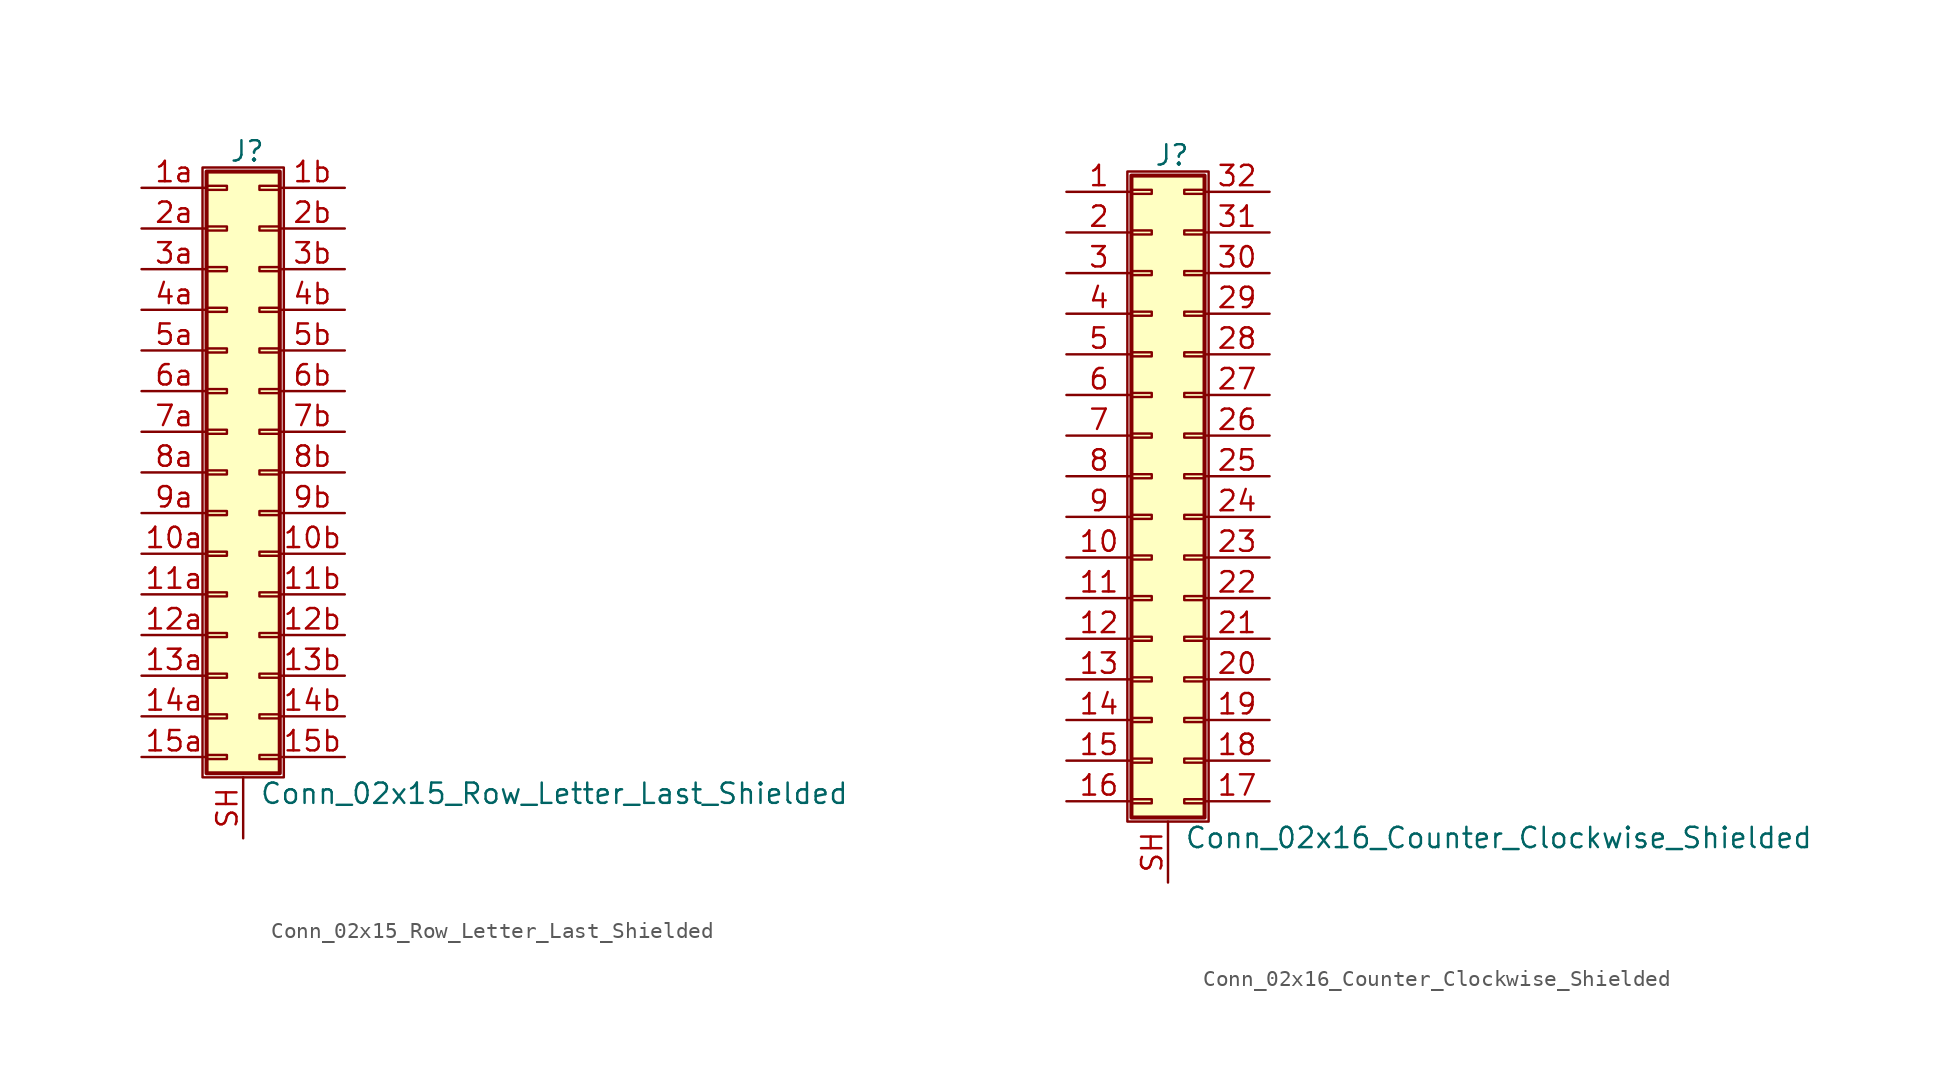
<source format=kicad_sym>
(kicad_symbol_lib
  (version 20201005)
  (generator kicad_symbol_editor)
  (symbol "Conn_02x15_Row_Letter_Last_Shielded"
    (pin_names
      (offset 1.016) hide)
    (property "Reference" "J"
      (at 1.524 20.066 0)
      (effects (font (size 1.27 1.27))))
    (property "Value" "Conn_02x15_Row_Letter_Last_Shielded"
      (at 2.286 -20.066 0)
      (effects (font (size 1.27 1.27)) (justify left)))
    (symbol "Conn_02x15_Row_Letter_Last_Shielded_1_1"
      (rectangle (start -1.27 19.05) (end 3.81 -19.05) (stroke (width 0.152)) (fill (type none)))
      (rectangle (start -1.016 -17.653) (end 0.254 -17.907) (stroke (width 0.152)) (fill (type none)))
      (rectangle (start -1.016 -15.113) (end 0.254 -15.367) (stroke (width 0.152)) (fill (type none)))
      (rectangle (start -1.016 -12.573) (end 0.254 -12.827) (stroke (width 0.152)) (fill (type none)))
      (rectangle (start -1.016 -10.033) (end 0.254 -10.287) (stroke (width 0.152)) (fill (type none)))
      (rectangle (start -1.016 -7.493) (end 0.254 -7.747) (stroke (width 0.152)) (fill (type none)))
      (rectangle (start -1.016 -4.953) (end 0.254 -5.207) (stroke (width 0.152)) (fill (type none)))
      (rectangle (start -1.016 -2.413) (end 0.254 -2.667) (stroke (width 0.152)) (fill (type none)))
      (rectangle (start -1.016 0.127) (end 0.254 -0.127) (stroke (width 0.152)) (fill (type none)))
      (rectangle (start -1.016 2.667) (end 0.254 2.413) (stroke (width 0.152)) (fill (type none)))
      (rectangle (start -1.016 5.207) (end 0.254 4.953) (stroke (width 0.152)) (fill (type none)))
      (rectangle (start -1.016 7.747) (end 0.254 7.493) (stroke (width 0.152)) (fill (type none)))
      (rectangle (start -1.016 10.287) (end 0.254 10.033) (stroke (width 0.152)) (fill (type none)))
      (rectangle (start -1.016 12.827) (end 0.254 12.573) (stroke (width 0.152)) (fill (type none)))
      (rectangle (start -1.016 15.367) (end 0.254 15.113) (stroke (width 0.152)) (fill (type none)))
      (rectangle (start -1.016 17.907) (end 0.254 17.653) (stroke (width 0.152)) (fill (type none)))
      (rectangle (start -1.016 18.796) (end 3.556 -18.796) (stroke (width 0.254)) (fill (type background)))
      (rectangle (start 3.556 -17.653) (end 2.286 -17.907) (stroke (width 0.152)) (fill (type none)))
      (rectangle (start 3.556 -15.113) (end 2.286 -15.367) (stroke (width 0.152)) (fill (type none)))
      (rectangle (start 3.556 -12.573) (end 2.286 -12.827) (stroke (width 0.152)) (fill (type none)))
      (rectangle (start 3.556 -10.033) (end 2.286 -10.287) (stroke (width 0.152)) (fill (type none)))
      (rectangle (start 3.556 -7.493) (end 2.286 -7.747) (stroke (width 0.152)) (fill (type none)))
      (rectangle (start 3.556 -4.953) (end 2.286 -5.207) (stroke (width 0.152)) (fill (type none)))
      (rectangle (start 3.556 -2.413) (end 2.286 -2.667) (stroke (width 0.152)) (fill (type none)))
      (rectangle (start 3.556 0.127) (end 2.286 -0.127) (stroke (width 0.152)) (fill (type none)))
      (rectangle (start 3.556 2.667) (end 2.286 2.413) (stroke (width 0.152)) (fill (type none)))
      (rectangle (start 3.556 5.207) (end 2.286 4.953) (stroke (width 0.152)) (fill (type none)))
      (rectangle (start 3.556 7.747) (end 2.286 7.493) (stroke (width 0.152)) (fill (type none)))
      (rectangle (start 3.556 10.287) (end 2.286 10.033) (stroke (width 0.152)) (fill (type none)))
      (rectangle (start 3.556 12.827) (end 2.286 12.573) (stroke (width 0.152)) (fill (type none)))
      (rectangle (start 3.556 15.367) (end 2.286 15.113) (stroke (width 0.152)) (fill (type none)))
      (rectangle (start 3.556 17.907) (end 2.286 17.653) (stroke (width 0.152)) (fill (type none)))
      (pin passive line (at -5.08 -5.08 0) (length 4.064) (name "Pin_10a" (effects (font (size 1.27 1.27)))) (number "10a" (effects (font (size 1.27 1.27)))))
      (pin passive line (at 7.62 -5.08 180) (length 4.064) (name "Pin_10b" (effects (font (size 1.27 1.27)))) (number "10b" (effects (font (size 1.27 1.27)))))
      (pin passive line (at -5.08 -7.62 0) (length 4.064) (name "Pin_11a" (effects (font (size 1.27 1.27)))) (number "11a" (effects (font (size 1.27 1.27)))))
      (pin passive line (at 7.62 -7.62 180) (length 4.064) (name "Pin_11b" (effects (font (size 1.27 1.27)))) (number "11b" (effects (font (size 1.27 1.27)))))
      (pin passive line (at -5.08 -10.16 0) (length 4.064) (name "Pin_12a" (effects (font (size 1.27 1.27)))) (number "12a" (effects (font (size 1.27 1.27)))))
      (pin passive line (at 7.62 -10.16 180) (length 4.064) (name "Pin_12b" (effects (font (size 1.27 1.27)))) (number "12b" (effects (font (size 1.27 1.27)))))
      (pin passive line (at -5.08 -12.7 0) (length 4.064) (name "Pin_13a" (effects (font (size 1.27 1.27)))) (number "13a" (effects (font (size 1.27 1.27)))))
      (pin passive line (at 7.62 -12.7 180) (length 4.064) (name "Pin_13b" (effects (font (size 1.27 1.27)))) (number "13b" (effects (font (size 1.27 1.27)))))
      (pin passive line (at -5.08 -15.24 0) (length 4.064) (name "Pin_14a" (effects (font (size 1.27 1.27)))) (number "14a" (effects (font (size 1.27 1.27)))))
      (pin passive line (at 7.62 -15.24 180) (length 4.064) (name "Pin_14b" (effects (font (size 1.27 1.27)))) (number "14b" (effects (font (size 1.27 1.27)))))
      (pin passive line (at -5.08 -17.78 0) (length 4.064) (name "Pin_15a" (effects (font (size 1.27 1.27)))) (number "15a" (effects (font (size 1.27 1.27)))))
      (pin passive line (at 7.62 -17.78 180) (length 4.064) (name "Pin_15b" (effects (font (size 1.27 1.27)))) (number "15b" (effects (font (size 1.27 1.27)))))
      (pin passive line (at -5.08 17.78 0) (length 4.064) (name "Pin_1a" (effects (font (size 1.27 1.27)))) (number "1a" (effects (font (size 1.27 1.27)))))
      (pin passive line (at 7.62 17.78 180) (length 4.064) (name "Pin_1b" (effects (font (size 1.27 1.27)))) (number "1b" (effects (font (size 1.27 1.27)))))
      (pin passive line (at -5.08 15.24 0) (length 4.064) (name "Pin_2a" (effects (font (size 1.27 1.27)))) (number "2a" (effects (font (size 1.27 1.27)))))
      (pin passive line (at 7.62 15.24 180) (length 4.064) (name "Pin_2b" (effects (font (size 1.27 1.27)))) (number "2b" (effects (font (size 1.27 1.27)))))
      (pin passive line (at -5.08 12.7 0) (length 4.064) (name "Pin_3a" (effects (font (size 1.27 1.27)))) (number "3a" (effects (font (size 1.27 1.27)))))
      (pin passive line (at 7.62 12.7 180) (length 4.064) (name "Pin_3b" (effects (font (size 1.27 1.27)))) (number "3b" (effects (font (size 1.27 1.27)))))
      (pin passive line (at -5.08 10.16 0) (length 4.064) (name "Pin_4a" (effects (font (size 1.27 1.27)))) (number "4a" (effects (font (size 1.27 1.27)))))
      (pin passive line (at 7.62 10.16 180) (length 4.064) (name "Pin_4b" (effects (font (size 1.27 1.27)))) (number "4b" (effects (font (size 1.27 1.27)))))
      (pin passive line (at -5.08 7.62 0) (length 4.064) (name "Pin_5a" (effects (font (size 1.27 1.27)))) (number "5a" (effects (font (size 1.27 1.27)))))
      (pin passive line (at 7.62 7.62 180) (length 4.064) (name "Pin_5b" (effects (font (size 1.27 1.27)))) (number "5b" (effects (font (size 1.27 1.27)))))
      (pin passive line (at -5.08 5.08 0) (length 4.064) (name "Pin_6a" (effects (font (size 1.27 1.27)))) (number "6a" (effects (font (size 1.27 1.27)))))
      (pin passive line (at 7.62 5.08 180) (length 4.064) (name "Pin_6b" (effects (font (size 1.27 1.27)))) (number "6b" (effects (font (size 1.27 1.27)))))
      (pin passive line (at -5.08 2.54 0) (length 4.064) (name "Pin_7a" (effects (font (size 1.27 1.27)))) (number "7a" (effects (font (size 1.27 1.27)))))
      (pin passive line (at 7.62 2.54 180) (length 4.064) (name "Pin_7b" (effects (font (size 1.27 1.27)))) (number "7b" (effects (font (size 1.27 1.27)))))
      (pin passive line (at -5.08 0 0) (length 4.064) (name "Pin_8a" (effects (font (size 1.27 1.27)))) (number "8a" (effects (font (size 1.27 1.27)))))
      (pin passive line (at 7.62 0 180) (length 4.064) (name "Pin_8b" (effects (font (size 1.27 1.27)))) (number "8b" (effects (font (size 1.27 1.27)))))
      (pin passive line (at -5.08 -2.54 0) (length 4.064) (name "Pin_9a" (effects (font (size 1.27 1.27)))) (number "9a" (effects (font (size 1.27 1.27)))))
      (pin passive line (at 7.62 -2.54 180) (length 4.064) (name "Pin_9b" (effects (font (size 1.27 1.27)))) (number "9b" (effects (font (size 1.27 1.27)))))
      (pin passive line (at 1.27 -22.86 90) (length 3.81) (name "Shield" (effects (font (size 1.27 1.27)))) (number "SH" (effects (font (size 1.27 1.27)))))))
  (symbol "Conn_02x16_Counter_Clockwise_Shielded"
    (pin_names
      (offset 1.016) hide)
    (property "Reference" "J"
      (at 1.524 20.066 0)
      (effects (font (size 1.27 1.27))))
    (property "Value" "Conn_02x16_Counter_Clockwise_Shielded"
      (at 2.286 -22.606 0)
      (effects (font (size 1.27 1.27)) (justify left)))
    (symbol "Conn_02x16_Counter_Clockwise_Shielded_1_1"
      (rectangle (start -1.27 19.05) (end 3.81 -21.59) (stroke (width 0.152)) (fill (type none)))
      (rectangle (start -1.016 -20.193) (end 0.254 -20.447) (stroke (width 0.152)) (fill (type none)))
      (rectangle (start -1.016 -17.653) (end 0.254 -17.907) (stroke (width 0.152)) (fill (type none)))
      (rectangle (start -1.016 -15.113) (end 0.254 -15.367) (stroke (width 0.152)) (fill (type none)))
      (rectangle (start -1.016 -12.573) (end 0.254 -12.827) (stroke (width 0.152)) (fill (type none)))
      (rectangle (start -1.016 -10.033) (end 0.254 -10.287) (stroke (width 0.152)) (fill (type none)))
      (rectangle (start -1.016 -7.493) (end 0.254 -7.747) (stroke (width 0.152)) (fill (type none)))
      (rectangle (start -1.016 -4.953) (end 0.254 -5.207) (stroke (width 0.152)) (fill (type none)))
      (rectangle (start -1.016 -2.413) (end 0.254 -2.667) (stroke (width 0.152)) (fill (type none)))
      (rectangle (start -1.016 0.127) (end 0.254 -0.127) (stroke (width 0.152)) (fill (type none)))
      (rectangle (start -1.016 2.667) (end 0.254 2.413) (stroke (width 0.152)) (fill (type none)))
      (rectangle (start -1.016 5.207) (end 0.254 4.953) (stroke (width 0.152)) (fill (type none)))
      (rectangle (start -1.016 7.747) (end 0.254 7.493) (stroke (width 0.152)) (fill (type none)))
      (rectangle (start -1.016 10.287) (end 0.254 10.033) (stroke (width 0.152)) (fill (type none)))
      (rectangle (start -1.016 12.827) (end 0.254 12.573) (stroke (width 0.152)) (fill (type none)))
      (rectangle (start -1.016 15.367) (end 0.254 15.113) (stroke (width 0.152)) (fill (type none)))
      (rectangle (start -1.016 17.907) (end 0.254 17.653) (stroke (width 0.152)) (fill (type none)))
      (rectangle (start -1.016 18.796) (end 3.556 -21.336) (stroke (width 0.254)) (fill (type background)))
      (rectangle (start 3.556 -20.193) (end 2.286 -20.447) (stroke (width 0.152)) (fill (type none)))
      (rectangle (start 3.556 -17.653) (end 2.286 -17.907) (stroke (width 0.152)) (fill (type none)))
      (rectangle (start 3.556 -15.113) (end 2.286 -15.367) (stroke (width 0.152)) (fill (type none)))
      (rectangle (start 3.556 -12.573) (end 2.286 -12.827) (stroke (width 0.152)) (fill (type none)))
      (rectangle (start 3.556 -10.033) (end 2.286 -10.287) (stroke (width 0.152)) (fill (type none)))
      (rectangle (start 3.556 -7.493) (end 2.286 -7.747) (stroke (width 0.152)) (fill (type none)))
      (rectangle (start 3.556 -4.953) (end 2.286 -5.207) (stroke (width 0.152)) (fill (type none)))
      (rectangle (start 3.556 -2.413) (end 2.286 -2.667) (stroke (width 0.152)) (fill (type none)))
      (rectangle (start 3.556 0.127) (end 2.286 -0.127) (stroke (width 0.152)) (fill (type none)))
      (rectangle (start 3.556 2.667) (end 2.286 2.413) (stroke (width 0.152)) (fill (type none)))
      (rectangle (start 3.556 5.207) (end 2.286 4.953) (stroke (width 0.152)) (fill (type none)))
      (rectangle (start 3.556 7.747) (end 2.286 7.493) (stroke (width 0.152)) (fill (type none)))
      (rectangle (start 3.556 10.287) (end 2.286 10.033) (stroke (width 0.152)) (fill (type none)))
      (rectangle (start 3.556 12.827) (end 2.286 12.573) (stroke (width 0.152)) (fill (type none)))
      (rectangle (start 3.556 15.367) (end 2.286 15.113) (stroke (width 0.152)) (fill (type none)))
      (rectangle (start 3.556 17.907) (end 2.286 17.653) (stroke (width 0.152)) (fill (type none)))
      (pin passive line (at -5.08 17.78 0) (length 4.064) (name "Pin_1" (effects (font (size 1.27 1.27)))) (number "1" (effects (font (size 1.27 1.27)))))
      (pin passive line (at -5.08 -5.08 0) (length 4.064) (name "Pin_10" (effects (font (size 1.27 1.27)))) (number "10" (effects (font (size 1.27 1.27)))))
      (pin passive line (at -5.08 -7.62 0) (length 4.064) (name "Pin_11" (effects (font (size 1.27 1.27)))) (number "11" (effects (font (size 1.27 1.27)))))
      (pin passive line (at -5.08 -10.16 0) (length 4.064) (name "Pin_12" (effects (font (size 1.27 1.27)))) (number "12" (effects (font (size 1.27 1.27)))))
      (pin passive line (at -5.08 -12.7 0) (length 4.064) (name "Pin_13" (effects (font (size 1.27 1.27)))) (number "13" (effects (font (size 1.27 1.27)))))
      (pin passive line (at -5.08 -15.24 0) (length 4.064) (name "Pin_14" (effects (font (size 1.27 1.27)))) (number "14" (effects (font (size 1.27 1.27)))))
      (pin passive line (at -5.08 -17.78 0) (length 4.064) (name "Pin_15" (effects (font (size 1.27 1.27)))) (number "15" (effects (font (size 1.27 1.27)))))
      (pin passive line (at -5.08 -20.32 0) (length 4.064) (name "Pin_16" (effects (font (size 1.27 1.27)))) (number "16" (effects (font (size 1.27 1.27)))))
      (pin passive line (at 7.62 -20.32 180) (length 4.064) (name "Pin_17" (effects (font (size 1.27 1.27)))) (number "17" (effects (font (size 1.27 1.27)))))
      (pin passive line (at 7.62 -17.78 180) (length 4.064) (name "Pin_18" (effects (font (size 1.27 1.27)))) (number "18" (effects (font (size 1.27 1.27)))))
      (pin passive line (at 7.62 -15.24 180) (length 4.064) (name "Pin_19" (effects (font (size 1.27 1.27)))) (number "19" (effects (font (size 1.27 1.27)))))
      (pin passive line (at -5.08 15.24 0) (length 4.064) (name "Pin_2" (effects (font (size 1.27 1.27)))) (number "2" (effects (font (size 1.27 1.27)))))
      (pin passive line (at 7.62 -12.7 180) (length 4.064) (name "Pin_20" (effects (font (size 1.27 1.27)))) (number "20" (effects (font (size 1.27 1.27)))))
      (pin passive line (at 7.62 -10.16 180) (length 4.064) (name "Pin_21" (effects (font (size 1.27 1.27)))) (number "21" (effects (font (size 1.27 1.27)))))
      (pin passive line (at 7.62 -7.62 180) (length 4.064) (name "Pin_22" (effects (font (size 1.27 1.27)))) (number "22" (effects (font (size 1.27 1.27)))))
      (pin passive line (at 7.62 -5.08 180) (length 4.064) (name "Pin_23" (effects (font (size 1.27 1.27)))) (number "23" (effects (font (size 1.27 1.27)))))
      (pin passive line (at 7.62 -2.54 180) (length 4.064) (name "Pin_24" (effects (font (size 1.27 1.27)))) (number "24" (effects (font (size 1.27 1.27)))))
      (pin passive line (at 7.62 0 180) (length 4.064) (name "Pin_25" (effects (font (size 1.27 1.27)))) (number "25" (effects (font (size 1.27 1.27)))))
      (pin passive line (at 7.62 2.54 180) (length 4.064) (name "Pin_26" (effects (font (size 1.27 1.27)))) (number "26" (effects (font (size 1.27 1.27)))))
      (pin passive line (at 7.62 5.08 180) (length 4.064) (name "Pin_27" (effects (font (size 1.27 1.27)))) (number "27" (effects (font (size 1.27 1.27)))))
      (pin passive line (at 7.62 7.62 180) (length 4.064) (name "Pin_28" (effects (font (size 1.27 1.27)))) (number "28" (effects (font (size 1.27 1.27)))))
      (pin passive line (at 7.62 10.16 180) (length 4.064) (name "Pin_29" (effects (font (size 1.27 1.27)))) (number "29" (effects (font (size 1.27 1.27)))))
      (pin passive line (at -5.08 12.7 0) (length 4.064) (name "Pin_3" (effects (font (size 1.27 1.27)))) (number "3" (effects (font (size 1.27 1.27)))))
      (pin passive line (at 7.62 12.7 180) (length 4.064) (name "Pin_30" (effects (font (size 1.27 1.27)))) (number "30" (effects (font (size 1.27 1.27)))))
      (pin passive line (at 7.62 15.24 180) (length 4.064) (name "Pin_31" (effects (font (size 1.27 1.27)))) (number "31" (effects (font (size 1.27 1.27)))))
      (pin passive line (at 7.62 17.78 180) (length 4.064) (name "Pin_32" (effects (font (size 1.27 1.27)))) (number "32" (effects (font (size 1.27 1.27)))))
      (pin passive line (at -5.08 10.16 0) (length 4.064) (name "Pin_4" (effects (font (size 1.27 1.27)))) (number "4" (effects (font (size 1.27 1.27)))))
      (pin passive line (at -5.08 7.62 0) (length 4.064) (name "Pin_5" (effects (font (size 1.27 1.27)))) (number "5" (effects (font (size 1.27 1.27)))))
      (pin passive line (at -5.08 5.08 0) (length 4.064) (name "Pin_6" (effects (font (size 1.27 1.27)))) (number "6" (effects (font (size 1.27 1.27)))))
      (pin passive line (at -5.08 2.54 0) (length 4.064) (name "Pin_7" (effects (font (size 1.27 1.27)))) (number "7" (effects (font (size 1.27 1.27)))))
      (pin passive line (at -5.08 0 0) (length 4.064) (name "Pin_8" (effects (font (size 1.27 1.27)))) (number "8" (effects (font (size 1.27 1.27)))))
      (pin passive line (at -5.08 -2.54 0) (length 4.064) (name "Pin_9" (effects (font (size 1.27 1.27)))) (number "9" (effects (font (size 1.27 1.27)))))
      (pin passive line (at 1.27 -25.4 90) (length 3.81) (name "Shield" (effects (font (size 1.27 1.27)))) (number "SH" (effects (font (size 1.27 1.27))))))))
</source>
